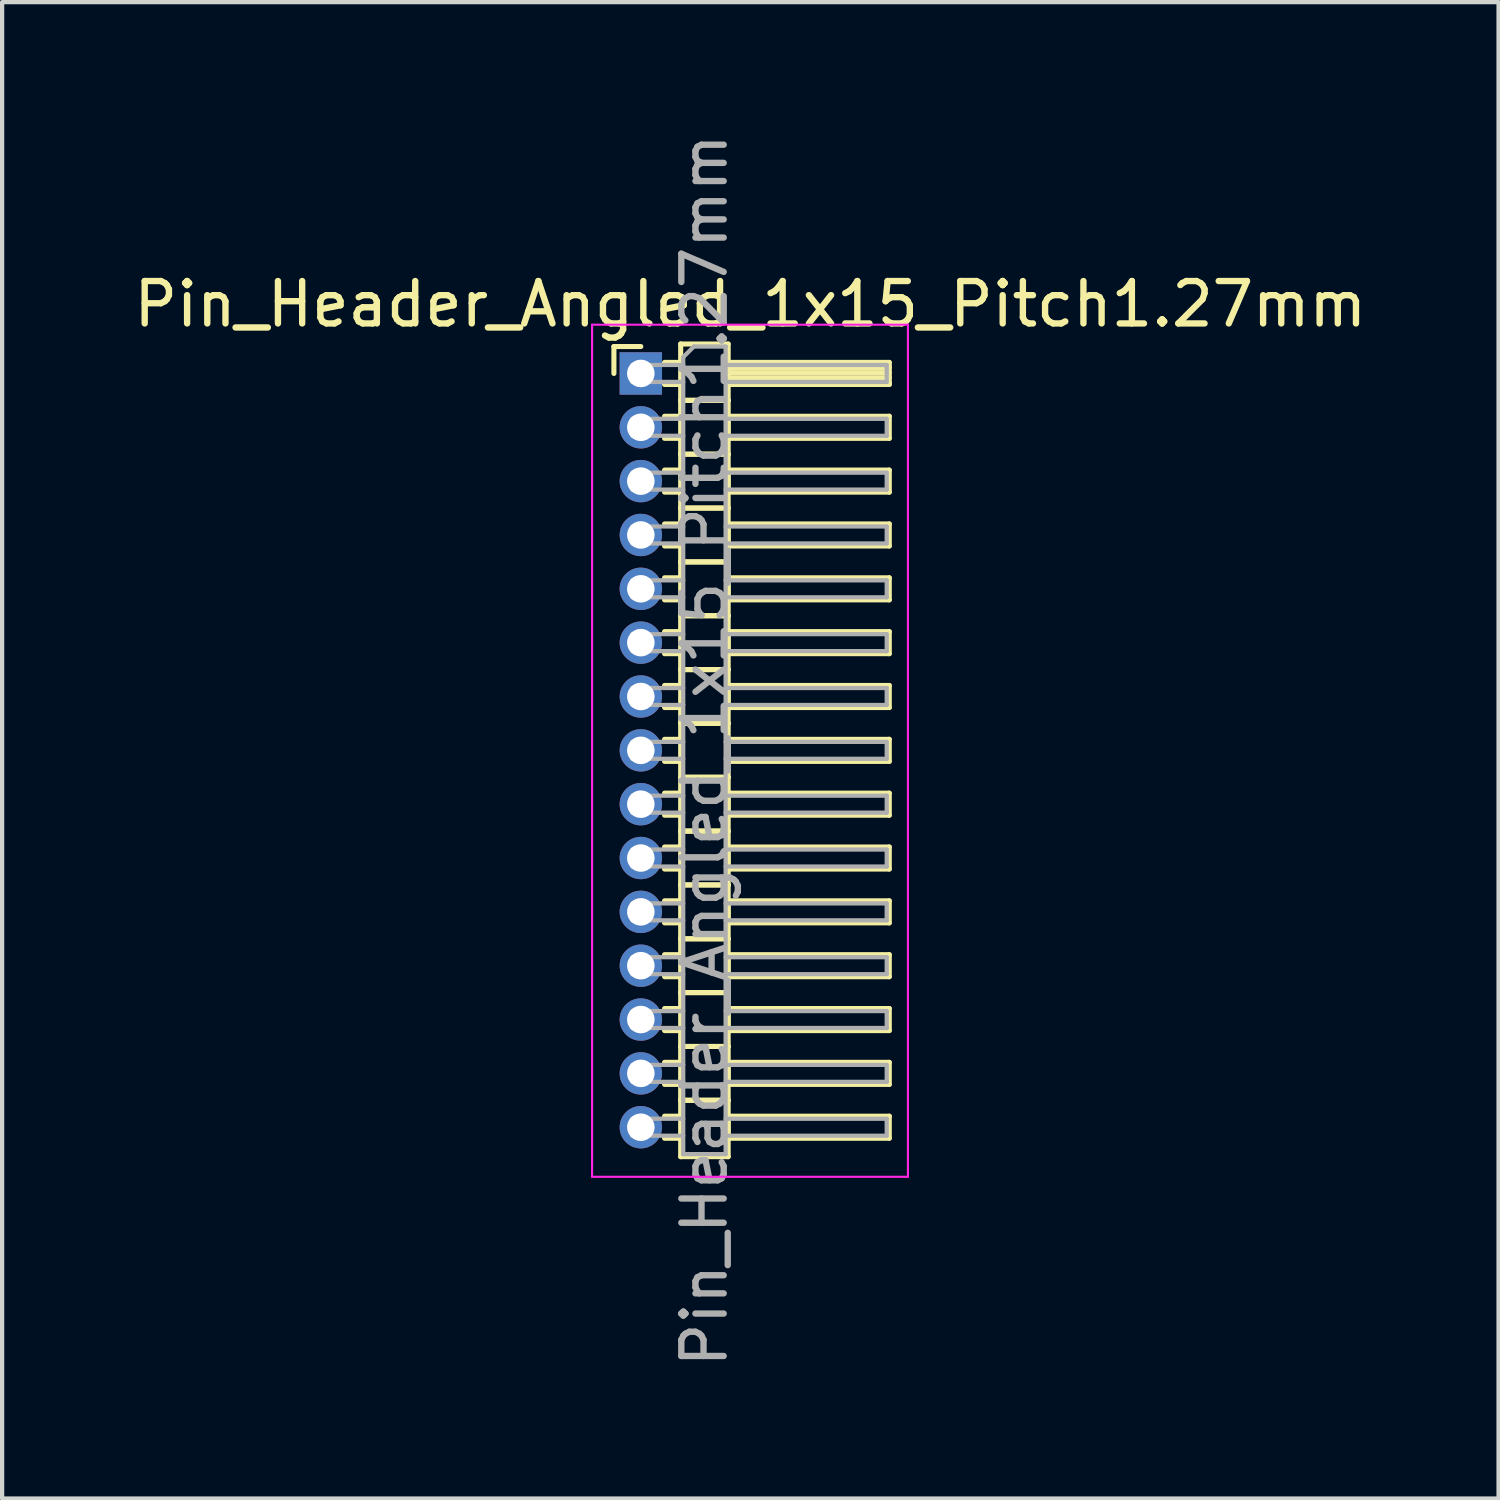
<source format=kicad_pcb>
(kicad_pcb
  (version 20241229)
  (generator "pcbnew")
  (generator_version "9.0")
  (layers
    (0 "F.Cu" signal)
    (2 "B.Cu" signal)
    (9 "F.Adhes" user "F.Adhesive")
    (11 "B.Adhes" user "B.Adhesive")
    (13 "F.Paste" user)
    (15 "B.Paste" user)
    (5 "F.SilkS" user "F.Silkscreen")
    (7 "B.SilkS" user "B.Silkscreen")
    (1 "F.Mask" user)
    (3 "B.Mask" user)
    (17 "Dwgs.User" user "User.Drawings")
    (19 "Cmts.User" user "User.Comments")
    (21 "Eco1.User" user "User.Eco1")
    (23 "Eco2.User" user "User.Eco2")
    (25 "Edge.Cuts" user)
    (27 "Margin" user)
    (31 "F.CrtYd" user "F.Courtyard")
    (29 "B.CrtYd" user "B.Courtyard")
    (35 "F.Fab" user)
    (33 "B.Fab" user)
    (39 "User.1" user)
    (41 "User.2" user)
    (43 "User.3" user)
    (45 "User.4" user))
  (footprint "Pin_Header_Angled_1x15_Pitch1.27mm"
    (layer "F.Cu")
    (at 12.066 5.759)
    (property "Reference" "Pin_Header_Angled_1x15_Pitch1.27mm" (at 2.583 -1.635 0) (layer "F.SilkS") (effects (font (size 1 1) (thickness 0.15))))
    (attr through_hole)
    (fp_line (start -0.635 -0.635) (end 0 -0.635) (stroke (width 0.12) (type solid)) (layer "F.SilkS"))
    (fp_line (start -0.635 0) (end -0.635 -0.635) (stroke (width 0.12) (type solid)) (layer "F.SilkS"))
    (fp_line (start 0.56 -0.26) (end 0.94 -0.26) (stroke (width 0.12) (type solid)) (layer "F.SilkS"))
    (fp_line (start 0.56 0.26) (end 0.94 0.26) (stroke (width 0.12) (type solid)) (layer "F.SilkS"))
    (fp_line (start 0.56 1.01) (end 0.94 1.01) (stroke (width 0.12) (type solid)) (layer "F.SilkS"))
    (fp_line (start 0.56 1.53) (end 0.94 1.53) (stroke (width 0.12) (type solid)) (layer "F.SilkS"))
    (fp_line (start 0.56 2.28) (end 0.94 2.28) (stroke (width 0.12) (type solid)) (layer "F.SilkS"))
    (fp_line (start 0.56 2.8) (end 0.94 2.8) (stroke (width 0.12) (type solid)) (layer "F.SilkS"))
    (fp_line (start 0.56 3.55) (end 0.94 3.55) (stroke (width 0.12) (type solid)) (layer "F.SilkS"))
    (fp_line (start 0.56 4.07) (end 0.94 4.07) (stroke (width 0.12) (type solid)) (layer "F.SilkS"))
    (fp_line (start 0.56 4.82) (end 0.94 4.82) (stroke (width 0.12) (type solid)) (layer "F.SilkS"))
    (fp_line (start 0.56 5.34) (end 0.94 5.34) (stroke (width 0.12) (type solid)) (layer "F.SilkS"))
    (fp_line (start 0.56 6.09) (end 0.94 6.09) (stroke (width 0.12) (type solid)) (layer "F.SilkS"))
    (fp_line (start 0.56 6.61) (end 0.94 6.61) (stroke (width 0.12) (type solid)) (layer "F.SilkS"))
    (fp_line (start 0.56 7.36) (end 0.94 7.36) (stroke (width 0.12) (type solid)) (layer "F.SilkS"))
    (fp_line (start 0.56 7.88) (end 0.94 7.88) (stroke (width 0.12) (type solid)) (layer "F.SilkS"))
    (fp_line (start 0.56 8.63) (end 0.94 8.63) (stroke (width 0.12) (type solid)) (layer "F.SilkS"))
    (fp_line (start 0.56 9.15) (end 0.94 9.15) (stroke (width 0.12) (type solid)) (layer "F.SilkS"))
    (fp_line (start 0.56 9.9) (end 0.94 9.9) (stroke (width 0.12) (type solid)) (layer "F.SilkS"))
    (fp_line (start 0.56 10.42) (end 0.94 10.42) (stroke (width 0.12) (type solid)) (layer "F.SilkS"))
    (fp_line (start 0.56 11.17) (end 0.94 11.17) (stroke (width 0.12) (type solid)) (layer "F.SilkS"))
    (fp_line (start 0.56 11.69) (end 0.94 11.69) (stroke (width 0.12) (type solid)) (layer "F.SilkS"))
    (fp_line (start 0.56 12.44) (end 0.94 12.44) (stroke (width 0.12) (type solid)) (layer "F.SilkS"))
    (fp_line (start 0.56 12.96) (end 0.94 12.96) (stroke (width 0.12) (type solid)) (layer "F.SilkS"))
    (fp_line (start 0.56 13.71) (end 0.94 13.71) (stroke (width 0.12) (type solid)) (layer "F.SilkS"))
    (fp_line (start 0.56 14.23) (end 0.94 14.23) (stroke (width 0.12) (type solid)) (layer "F.SilkS"))
    (fp_line (start 0.56 14.98) (end 0.94 14.98) (stroke (width 0.12) (type solid)) (layer "F.SilkS"))
    (fp_line (start 0.56 15.5) (end 0.94 15.5) (stroke (width 0.12) (type solid)) (layer "F.SilkS"))
    (fp_line (start 0.56 16.25) (end 0.94 16.25) (stroke (width 0.12) (type solid)) (layer "F.SilkS"))
    (fp_line (start 0.56 16.77) (end 0.94 16.77) (stroke (width 0.12) (type solid)) (layer "F.SilkS"))
    (fp_line (start 0.56 17.52) (end 0.94 17.52) (stroke (width 0.12) (type solid)) (layer "F.SilkS"))
    (fp_line (start 0.56 18.04) (end 0.94 18.04) (stroke (width 0.12) (type solid)) (layer "F.SilkS"))
    (fp_line (start 0.94 -0.695) (end 0.94 0.635) (stroke (width 0.12) (type solid)) (layer "F.SilkS"))
    (fp_line (start 0.94 0.635) (end 0.94 1.905) (stroke (width 0.12) (type solid)) (layer "F.SilkS"))
    (fp_line (start 0.94 0.635) (end 2.06 0.635) (stroke (width 0.12) (type solid)) (layer "F.SilkS"))
    (fp_line (start 0.94 1.905) (end 0.94 3.175) (stroke (width 0.12) (type solid)) (layer "F.SilkS"))
    (fp_line (start 0.94 1.905) (end 2.06 1.905) (stroke (width 0.12) (type solid)) (layer "F.SilkS"))
    (fp_line (start 0.94 3.175) (end 0.94 4.445) (stroke (width 0.12) (type solid)) (layer "F.SilkS"))
    (fp_line (start 0.94 3.175) (end 2.06 3.175) (stroke (width 0.12) (type solid)) (layer "F.SilkS"))
    (fp_line (start 0.94 4.445) (end 0.94 5.715) (stroke (width 0.12) (type solid)) (layer "F.SilkS"))
    (fp_line (start 0.94 4.445) (end 2.06 4.445) (stroke (width 0.12) (type solid)) (layer "F.SilkS"))
    (fp_line (start 0.94 5.715) (end 0.94 6.985) (stroke (width 0.12) (type solid)) (layer "F.SilkS"))
    (fp_line (start 0.94 5.715) (end 2.06 5.715) (stroke (width 0.12) (type solid)) (layer "F.SilkS"))
    (fp_line (start 0.94 6.985) (end 0.94 8.255) (stroke (width 0.12) (type solid)) (layer "F.SilkS"))
    (fp_line (start 0.94 6.985) (end 2.06 6.985) (stroke (width 0.12) (type solid)) (layer "F.SilkS"))
    (fp_line (start 0.94 8.255) (end 0.94 9.525) (stroke (width 0.12) (type solid)) (layer "F.SilkS"))
    (fp_line (start 0.94 8.255) (end 2.06 8.255) (stroke (width 0.12) (type solid)) (layer "F.SilkS"))
    (fp_line (start 0.94 9.525) (end 0.94 10.795) (stroke (width 0.12) (type solid)) (layer "F.SilkS"))
    (fp_line (start 0.94 9.525) (end 2.06 9.525) (stroke (width 0.12) (type solid)) (layer "F.SilkS"))
    (fp_line (start 0.94 10.795) (end 0.94 12.065) (stroke (width 0.12) (type solid)) (layer "F.SilkS"))
    (fp_line (start 0.94 10.795) (end 2.06 10.795) (stroke (width 0.12) (type solid)) (layer "F.SilkS"))
    (fp_line (start 0.94 12.065) (end 0.94 13.335) (stroke (width 0.12) (type solid)) (layer "F.SilkS"))
    (fp_line (start 0.94 12.065) (end 2.06 12.065) (stroke (width 0.12) (type solid)) (layer "F.SilkS"))
    (fp_line (start 0.94 13.335) (end 0.94 14.605) (stroke (width 0.12) (type solid)) (layer "F.SilkS"))
    (fp_line (start 0.94 13.335) (end 2.06 13.335) (stroke (width 0.12) (type solid)) (layer "F.SilkS"))
    (fp_line (start 0.94 14.605) (end 0.94 15.875) (stroke (width 0.12) (type solid)) (layer "F.SilkS"))
    (fp_line (start 0.94 14.605) (end 2.06 14.605) (stroke (width 0.12) (type solid)) (layer "F.SilkS"))
    (fp_line (start 0.94 15.875) (end 0.94 17.145) (stroke (width 0.12) (type solid)) (layer "F.SilkS"))
    (fp_line (start 0.94 15.875) (end 2.06 15.875) (stroke (width 0.12) (type solid)) (layer "F.SilkS"))
    (fp_line (start 0.94 17.145) (end 0.94 18.475) (stroke (width 0.12) (type solid)) (layer "F.SilkS"))
    (fp_line (start 0.94 17.145) (end 2.06 17.145) (stroke (width 0.12) (type solid)) (layer "F.SilkS"))
    (fp_line (start 0.94 18.475) (end 2.06 18.475) (stroke (width 0.12) (type solid)) (layer "F.SilkS"))
    (fp_line (start 2.06 -0.695) (end 0.94 -0.695) (stroke (width 0.12) (type solid)) (layer "F.SilkS"))
    (fp_line (start 2.06 -0.26) (end 2.06 0.26) (stroke (width 0.12) (type solid)) (layer "F.SilkS"))
    (fp_line (start 2.06 -0.14) (end 5.86 -0.14) (stroke (width 0.12) (type solid)) (layer "F.SilkS"))
    (fp_line (start 2.06 -0.02) (end 5.86 -0.02) (stroke (width 0.12) (type solid)) (layer "F.SilkS"))
    (fp_line (start 2.06 0.1) (end 5.86 0.1) (stroke (width 0.12) (type solid)) (layer "F.SilkS"))
    (fp_line (start 2.06 0.22) (end 5.86 0.22) (stroke (width 0.12) (type solid)) (layer "F.SilkS"))
    (fp_line (start 2.06 0.26) (end 5.86 0.26) (stroke (width 0.12) (type solid)) (layer "F.SilkS"))
    (fp_line (start 2.06 0.635) (end 0.94 0.635) (stroke (width 0.12) (type solid)) (layer "F.SilkS"))
    (fp_line (start 2.06 0.635) (end 2.06 -0.695) (stroke (width 0.12) (type solid)) (layer "F.SilkS"))
    (fp_line (start 2.06 1.01) (end 2.06 1.53) (stroke (width 0.12) (type solid)) (layer "F.SilkS"))
    (fp_line (start 2.06 1.53) (end 5.86 1.53) (stroke (width 0.12) (type solid)) (layer "F.SilkS"))
    (fp_line (start 2.06 1.905) (end 0.94 1.905) (stroke (width 0.12) (type solid)) (layer "F.SilkS"))
    (fp_line (start 2.06 1.905) (end 2.06 0.635) (stroke (width 0.12) (type solid)) (layer "F.SilkS"))
    (fp_line (start 2.06 2.28) (end 2.06 2.8) (stroke (width 0.12) (type solid)) (layer "F.SilkS"))
    (fp_line (start 2.06 2.8) (end 5.86 2.8) (stroke (width 0.12) (type solid)) (layer "F.SilkS"))
    (fp_line (start 2.06 3.175) (end 0.94 3.175) (stroke (width 0.12) (type solid)) (layer "F.SilkS"))
    (fp_line (start 2.06 3.175) (end 2.06 1.905) (stroke (width 0.12) (type solid)) (layer "F.SilkS"))
    (fp_line (start 2.06 3.55) (end 2.06 4.07) (stroke (width 0.12) (type solid)) (layer "F.SilkS"))
    (fp_line (start 2.06 4.07) (end 5.86 4.07) (stroke (width 0.12) (type solid)) (layer "F.SilkS"))
    (fp_line (start 2.06 4.445) (end 0.94 4.445) (stroke (width 0.12) (type solid)) (layer "F.SilkS"))
    (fp_line (start 2.06 4.445) (end 2.06 3.175) (stroke (width 0.12) (type solid)) (layer "F.SilkS"))
    (fp_line (start 2.06 4.82) (end 2.06 5.34) (stroke (width 0.12) (type solid)) (layer "F.SilkS"))
    (fp_line (start 2.06 5.34) (end 5.86 5.34) (stroke (width 0.12) (type solid)) (layer "F.SilkS"))
    (fp_line (start 2.06 5.715) (end 0.94 5.715) (stroke (width 0.12) (type solid)) (layer "F.SilkS"))
    (fp_line (start 2.06 5.715) (end 2.06 4.445) (stroke (width 0.12) (type solid)) (layer "F.SilkS"))
    (fp_line (start 2.06 6.09) (end 2.06 6.61) (stroke (width 0.12) (type solid)) (layer "F.SilkS"))
    (fp_line (start 2.06 6.61) (end 5.86 6.61) (stroke (width 0.12) (type solid)) (layer "F.SilkS"))
    (fp_line (start 2.06 6.985) (end 0.94 6.985) (stroke (width 0.12) (type solid)) (layer "F.SilkS"))
    (fp_line (start 2.06 6.985) (end 2.06 5.715) (stroke (width 0.12) (type solid)) (layer "F.SilkS"))
    (fp_line (start 2.06 7.36) (end 2.06 7.88) (stroke (width 0.12) (type solid)) (layer "F.SilkS"))
    (fp_line (start 2.06 7.88) (end 5.86 7.88) (stroke (width 0.12) (type solid)) (layer "F.SilkS"))
    (fp_line (start 2.06 8.255) (end 0.94 8.255) (stroke (width 0.12) (type solid)) (layer "F.SilkS"))
    (fp_line (start 2.06 8.255) (end 2.06 6.985) (stroke (width 0.12) (type solid)) (layer "F.SilkS"))
    (fp_line (start 2.06 8.63) (end 2.06 9.15) (stroke (width 0.12) (type solid)) (layer "F.SilkS"))
    (fp_line (start 2.06 9.15) (end 5.86 9.15) (stroke (width 0.12) (type solid)) (layer "F.SilkS"))
    (fp_line (start 2.06 9.525) (end 0.94 9.525) (stroke (width 0.12) (type solid)) (layer "F.SilkS"))
    (fp_line (start 2.06 9.525) (end 2.06 8.255) (stroke (width 0.12) (type solid)) (layer "F.SilkS"))
    (fp_line (start 2.06 9.9) (end 2.06 10.42) (stroke (width 0.12) (type solid)) (layer "F.SilkS"))
    (fp_line (start 2.06 10.42) (end 5.86 10.42) (stroke (width 0.12) (type solid)) (layer "F.SilkS"))
    (fp_line (start 2.06 10.795) (end 0.94 10.795) (stroke (width 0.12) (type solid)) (layer "F.SilkS"))
    (fp_line (start 2.06 10.795) (end 2.06 9.525) (stroke (width 0.12) (type solid)) (layer "F.SilkS"))
    (fp_line (start 2.06 11.17) (end 2.06 11.69) (stroke (width 0.12) (type solid)) (layer "F.SilkS"))
    (fp_line (start 2.06 11.69) (end 5.86 11.69) (stroke (width 0.12) (type solid)) (layer "F.SilkS"))
    (fp_line (start 2.06 12.065) (end 0.94 12.065) (stroke (width 0.12) (type solid)) (layer "F.SilkS"))
    (fp_line (start 2.06 12.065) (end 2.06 10.795) (stroke (width 0.12) (type solid)) (layer "F.SilkS"))
    (fp_line (start 2.06 12.44) (end 2.06 12.96) (stroke (width 0.12) (type solid)) (layer "F.SilkS"))
    (fp_line (start 2.06 12.96) (end 5.86 12.96) (stroke (width 0.12) (type solid)) (layer "F.SilkS"))
    (fp_line (start 2.06 13.335) (end 0.94 13.335) (stroke (width 0.12) (type solid)) (layer "F.SilkS"))
    (fp_line (start 2.06 13.335) (end 2.06 12.065) (stroke (width 0.12) (type solid)) (layer "F.SilkS"))
    (fp_line (start 2.06 13.71) (end 2.06 14.23) (stroke (width 0.12) (type solid)) (layer "F.SilkS"))
    (fp_line (start 2.06 14.23) (end 5.86 14.23) (stroke (width 0.12) (type solid)) (layer "F.SilkS"))
    (fp_line (start 2.06 14.605) (end 0.94 14.605) (stroke (width 0.12) (type solid)) (layer "F.SilkS"))
    (fp_line (start 2.06 14.605) (end 2.06 13.335) (stroke (width 0.12) (type solid)) (layer "F.SilkS"))
    (fp_line (start 2.06 14.98) (end 2.06 15.5) (stroke (width 0.12) (type solid)) (layer "F.SilkS"))
    (fp_line (start 2.06 15.5) (end 5.86 15.5) (stroke (width 0.12) (type solid)) (layer "F.SilkS"))
    (fp_line (start 2.06 15.875) (end 0.94 15.875) (stroke (width 0.12) (type solid)) (layer "F.SilkS"))
    (fp_line (start 2.06 15.875) (end 2.06 14.605) (stroke (width 0.12) (type solid)) (layer "F.SilkS"))
    (fp_line (start 2.06 16.25) (end 2.06 16.77) (stroke (width 0.12) (type solid)) (layer "F.SilkS"))
    (fp_line (start 2.06 16.77) (end 5.86 16.77) (stroke (width 0.12) (type solid)) (layer "F.SilkS"))
    (fp_line (start 2.06 17.145) (end 0.94 17.145) (stroke (width 0.12) (type solid)) (layer "F.SilkS"))
    (fp_line (start 2.06 17.145) (end 2.06 15.875) (stroke (width 0.12) (type solid)) (layer "F.SilkS"))
    (fp_line (start 2.06 17.52) (end 2.06 18.04) (stroke (width 0.12) (type solid)) (layer "F.SilkS"))
    (fp_line (start 2.06 18.04) (end 5.86 18.04) (stroke (width 0.12) (type solid)) (layer "F.SilkS"))
    (fp_line (start 2.06 18.475) (end 2.06 17.145) (stroke (width 0.12) (type solid)) (layer "F.SilkS"))
    (fp_line (start 5.86 -0.26) (end 2.06 -0.26) (stroke (width 0.12) (type solid)) (layer "F.SilkS"))
    (fp_line (start 5.86 0.26) (end 5.86 -0.26) (stroke (width 0.12) (type solid)) (layer "F.SilkS"))
    (fp_line (start 5.86 1.01) (end 2.06 1.01) (stroke (width 0.12) (type solid)) (layer "F.SilkS"))
    (fp_line (start 5.86 1.53) (end 5.86 1.01) (stroke (width 0.12) (type solid)) (layer "F.SilkS"))
    (fp_line (start 5.86 2.28) (end 2.06 2.28) (stroke (width 0.12) (type solid)) (layer "F.SilkS"))
    (fp_line (start 5.86 2.8) (end 5.86 2.28) (stroke (width 0.12) (type solid)) (layer "F.SilkS"))
    (fp_line (start 5.86 3.55) (end 2.06 3.55) (stroke (width 0.12) (type solid)) (layer "F.SilkS"))
    (fp_line (start 5.86 4.07) (end 5.86 3.55) (stroke (width 0.12) (type solid)) (layer "F.SilkS"))
    (fp_line (start 5.86 4.82) (end 2.06 4.82) (stroke (width 0.12) (type solid)) (layer "F.SilkS"))
    (fp_line (start 5.86 5.34) (end 5.86 4.82) (stroke (width 0.12) (type solid)) (layer "F.SilkS"))
    (fp_line (start 5.86 6.09) (end 2.06 6.09) (stroke (width 0.12) (type solid)) (layer "F.SilkS"))
    (fp_line (start 5.86 6.61) (end 5.86 6.09) (stroke (width 0.12) (type solid)) (layer "F.SilkS"))
    (fp_line (start 5.86 7.36) (end 2.06 7.36) (stroke (width 0.12) (type solid)) (layer "F.SilkS"))
    (fp_line (start 5.86 7.88) (end 5.86 7.36) (stroke (width 0.12) (type solid)) (layer "F.SilkS"))
    (fp_line (start 5.86 8.63) (end 2.06 8.63) (stroke (width 0.12) (type solid)) (layer "F.SilkS"))
    (fp_line (start 5.86 9.15) (end 5.86 8.63) (stroke (width 0.12) (type solid)) (layer "F.SilkS"))
    (fp_line (start 5.86 9.9) (end 2.06 9.9) (stroke (width 0.12) (type solid)) (layer "F.SilkS"))
    (fp_line (start 5.86 10.42) (end 5.86 9.9) (stroke (width 0.12) (type solid)) (layer "F.SilkS"))
    (fp_line (start 5.86 11.17) (end 2.06 11.17) (stroke (width 0.12) (type solid)) (layer "F.SilkS"))
    (fp_line (start 5.86 11.69) (end 5.86 11.17) (stroke (width 0.12) (type solid)) (layer "F.SilkS"))
    (fp_line (start 5.86 12.44) (end 2.06 12.44) (stroke (width 0.12) (type solid)) (layer "F.SilkS"))
    (fp_line (start 5.86 12.96) (end 5.86 12.44) (stroke (width 0.12) (type solid)) (layer "F.SilkS"))
    (fp_line (start 5.86 13.71) (end 2.06 13.71) (stroke (width 0.12) (type solid)) (layer "F.SilkS"))
    (fp_line (start 5.86 14.23) (end 5.86 13.71) (stroke (width 0.12) (type solid)) (layer "F.SilkS"))
    (fp_line (start 5.86 14.98) (end 2.06 14.98) (stroke (width 0.12) (type solid)) (layer "F.SilkS"))
    (fp_line (start 5.86 15.5) (end 5.86 14.98) (stroke (width 0.12) (type solid)) (layer "F.SilkS"))
    (fp_line (start 5.86 16.25) (end 2.06 16.25) (stroke (width 0.12) (type solid)) (layer "F.SilkS"))
    (fp_line (start 5.86 16.77) (end 5.86 16.25) (stroke (width 0.12) (type solid)) (layer "F.SilkS"))
    (fp_line (start 5.86 17.52) (end 2.06 17.52) (stroke (width 0.12) (type solid)) (layer "F.SilkS"))
    (fp_line (start 5.86 18.04) (end 5.86 17.52) (stroke (width 0.12) (type solid)) (layer "F.SilkS"))
    (fp_line (start -1.15 -1.15) (end -1.15 18.95) (stroke (width 0.05) (type solid)) (layer "F.CrtYd"))
    (fp_line (start -1.15 18.95) (end 6.3 18.95) (stroke (width 0.05) (type solid)) (layer "F.CrtYd"))
    (fp_line (start 6.3 -1.15) (end -1.15 -1.15) (stroke (width 0.05) (type solid)) (layer "F.CrtYd"))
    (fp_line (start 6.3 18.95) (end 6.3 -1.15) (stroke (width 0.05) (type solid)) (layer "F.CrtYd"))
    (fp_line (start -0.2 -0.2) (end -0.2 0.2) (stroke (width 0.1) (type solid)) (layer "F.Fab"))
    (fp_line (start -0.2 -0.2) (end 1 -0.2) (stroke (width 0.1) (type solid)) (layer "F.Fab"))
    (fp_line (start -0.2 0.2) (end 1 0.2) (stroke (width 0.1) (type solid)) (layer "F.Fab"))
    (fp_line (start -0.2 1.07) (end -0.2 1.47) (stroke (width 0.1) (type solid)) (layer "F.Fab"))
    (fp_line (start -0.2 1.07) (end 1 1.07) (stroke (width 0.1) (type solid)) (layer "F.Fab"))
    (fp_line (start -0.2 1.47) (end 1 1.47) (stroke (width 0.1) (type solid)) (layer "F.Fab"))
    (fp_line (start -0.2 2.34) (end -0.2 2.74) (stroke (width 0.1) (type solid)) (layer "F.Fab"))
    (fp_line (start -0.2 2.34) (end 1 2.34) (stroke (width 0.1) (type solid)) (layer "F.Fab"))
    (fp_line (start -0.2 2.74) (end 1 2.74) (stroke (width 0.1) (type solid)) (layer "F.Fab"))
    (fp_line (start -0.2 3.61) (end -0.2 4.01) (stroke (width 0.1) (type solid)) (layer "F.Fab"))
    (fp_line (start -0.2 3.61) (end 1 3.61) (stroke (width 0.1) (type solid)) (layer "F.Fab"))
    (fp_line (start -0.2 4.01) (end 1 4.01) (stroke (width 0.1) (type solid)) (layer "F.Fab"))
    (fp_line (start -0.2 4.88) (end -0.2 5.28) (stroke (width 0.1) (type solid)) (layer "F.Fab"))
    (fp_line (start -0.2 4.88) (end 1 4.88) (stroke (width 0.1) (type solid)) (layer "F.Fab"))
    (fp_line (start -0.2 5.28) (end 1 5.28) (stroke (width 0.1) (type solid)) (layer "F.Fab"))
    (fp_line (start -0.2 6.15) (end -0.2 6.55) (stroke (width 0.1) (type solid)) (layer "F.Fab"))
    (fp_line (start -0.2 6.15) (end 1 6.15) (stroke (width 0.1) (type solid)) (layer "F.Fab"))
    (fp_line (start -0.2 6.55) (end 1 6.55) (stroke (width 0.1) (type solid)) (layer "F.Fab"))
    (fp_line (start -0.2 7.42) (end -0.2 7.82) (stroke (width 0.1) (type solid)) (layer "F.Fab"))
    (fp_line (start -0.2 7.42) (end 1 7.42) (stroke (width 0.1) (type solid)) (layer "F.Fab"))
    (fp_line (start -0.2 7.82) (end 1 7.82) (stroke (width 0.1) (type solid)) (layer "F.Fab"))
    (fp_line (start -0.2 8.69) (end -0.2 9.09) (stroke (width 0.1) (type solid)) (layer "F.Fab"))
    (fp_line (start -0.2 8.69) (end 1 8.69) (stroke (width 0.1) (type solid)) (layer "F.Fab"))
    (fp_line (start -0.2 9.09) (end 1 9.09) (stroke (width 0.1) (type solid)) (layer "F.Fab"))
    (fp_line (start -0.2 9.96) (end -0.2 10.36) (stroke (width 0.1) (type solid)) (layer "F.Fab"))
    (fp_line (start -0.2 9.96) (end 1 9.96) (stroke (width 0.1) (type solid)) (layer "F.Fab"))
    (fp_line (start -0.2 10.36) (end 1 10.36) (stroke (width 0.1) (type solid)) (layer "F.Fab"))
    (fp_line (start -0.2 11.23) (end -0.2 11.63) (stroke (width 0.1) (type solid)) (layer "F.Fab"))
    (fp_line (start -0.2 11.23) (end 1 11.23) (stroke (width 0.1) (type solid)) (layer "F.Fab"))
    (fp_line (start -0.2 11.63) (end 1 11.63) (stroke (width 0.1) (type solid)) (layer "F.Fab"))
    (fp_line (start -0.2 12.5) (end -0.2 12.9) (stroke (width 0.1) (type solid)) (layer "F.Fab"))
    (fp_line (start -0.2 12.5) (end 1 12.5) (stroke (width 0.1) (type solid)) (layer "F.Fab"))
    (fp_line (start -0.2 12.9) (end 1 12.9) (stroke (width 0.1) (type solid)) (layer "F.Fab"))
    (fp_line (start -0.2 13.77) (end -0.2 14.17) (stroke (width 0.1) (type solid)) (layer "F.Fab"))
    (fp_line (start -0.2 13.77) (end 1 13.77) (stroke (width 0.1) (type solid)) (layer "F.Fab"))
    (fp_line (start -0.2 14.17) (end 1 14.17) (stroke (width 0.1) (type solid)) (layer "F.Fab"))
    (fp_line (start -0.2 15.04) (end -0.2 15.44) (stroke (width 0.1) (type solid)) (layer "F.Fab"))
    (fp_line (start -0.2 15.04) (end 1 15.04) (stroke (width 0.1) (type solid)) (layer "F.Fab"))
    (fp_line (start -0.2 15.44) (end 1 15.44) (stroke (width 0.1) (type solid)) (layer "F.Fab"))
    (fp_line (start -0.2 16.31) (end -0.2 16.71) (stroke (width 0.1) (type solid)) (layer "F.Fab"))
    (fp_line (start -0.2 16.31) (end 1 16.31) (stroke (width 0.1) (type solid)) (layer "F.Fab"))
    (fp_line (start -0.2 16.71) (end 1 16.71) (stroke (width 0.1) (type solid)) (layer "F.Fab"))
    (fp_line (start -0.2 17.58) (end -0.2 17.98) (stroke (width 0.1) (type solid)) (layer "F.Fab"))
    (fp_line (start -0.2 17.58) (end 1 17.58) (stroke (width 0.1) (type solid)) (layer "F.Fab"))
    (fp_line (start -0.2 17.98) (end 1 17.98) (stroke (width 0.1) (type solid)) (layer "F.Fab"))
    (fp_line (start 1 -0.385) (end 1.25 -0.635) (stroke (width 0.1) (type solid)) (layer "F.Fab"))
    (fp_line (start 1 18.415) (end 1 -0.385) (stroke (width 0.1) (type solid)) (layer "F.Fab"))
    (fp_line (start 1.25 -0.635) (end 2 -0.635) (stroke (width 0.1) (type solid)) (layer "F.Fab"))
    (fp_line (start 2 -0.635) (end 2 18.415) (stroke (width 0.1) (type solid)) (layer "F.Fab"))
    (fp_line (start 2 -0.2) (end 5.8 -0.2) (stroke (width 0.1) (type solid)) (layer "F.Fab"))
    (fp_line (start 2 0.2) (end 5.8 0.2) (stroke (width 0.1) (type solid)) (layer "F.Fab"))
    (fp_line (start 2 1.07) (end 5.8 1.07) (stroke (width 0.1) (type solid)) (layer "F.Fab"))
    (fp_line (start 2 1.47) (end 5.8 1.47) (stroke (width 0.1) (type solid)) (layer "F.Fab"))
    (fp_line (start 2 2.34) (end 5.8 2.34) (stroke (width 0.1) (type solid)) (layer "F.Fab"))
    (fp_line (start 2 2.74) (end 5.8 2.74) (stroke (width 0.1) (type solid)) (layer "F.Fab"))
    (fp_line (start 2 3.61) (end 5.8 3.61) (stroke (width 0.1) (type solid)) (layer "F.Fab"))
    (fp_line (start 2 4.01) (end 5.8 4.01) (stroke (width 0.1) (type solid)) (layer "F.Fab"))
    (fp_line (start 2 4.88) (end 5.8 4.88) (stroke (width 0.1) (type solid)) (layer "F.Fab"))
    (fp_line (start 2 5.28) (end 5.8 5.28) (stroke (width 0.1) (type solid)) (layer "F.Fab"))
    (fp_line (start 2 6.15) (end 5.8 6.15) (stroke (width 0.1) (type solid)) (layer "F.Fab"))
    (fp_line (start 2 6.55) (end 5.8 6.55) (stroke (width 0.1) (type solid)) (layer "F.Fab"))
    (fp_line (start 2 7.42) (end 5.8 7.42) (stroke (width 0.1) (type solid)) (layer "F.Fab"))
    (fp_line (start 2 7.82) (end 5.8 7.82) (stroke (width 0.1) (type solid)) (layer "F.Fab"))
    (fp_line (start 2 8.69) (end 5.8 8.69) (stroke (width 0.1) (type solid)) (layer "F.Fab"))
    (fp_line (start 2 9.09) (end 5.8 9.09) (stroke (width 0.1) (type solid)) (layer "F.Fab"))
    (fp_line (start 2 9.96) (end 5.8 9.96) (stroke (width 0.1) (type solid)) (layer "F.Fab"))
    (fp_line (start 2 10.36) (end 5.8 10.36) (stroke (width 0.1) (type solid)) (layer "F.Fab"))
    (fp_line (start 2 11.23) (end 5.8 11.23) (stroke (width 0.1) (type solid)) (layer "F.Fab"))
    (fp_line (start 2 11.63) (end 5.8 11.63) (stroke (width 0.1) (type solid)) (layer "F.Fab"))
    (fp_line (start 2 12.5) (end 5.8 12.5) (stroke (width 0.1) (type solid)) (layer "F.Fab"))
    (fp_line (start 2 12.9) (end 5.8 12.9) (stroke (width 0.1) (type solid)) (layer "F.Fab"))
    (fp_line (start 2 13.77) (end 5.8 13.77) (stroke (width 0.1) (type solid)) (layer "F.Fab"))
    (fp_line (start 2 14.17) (end 5.8 14.17) (stroke (width 0.1) (type solid)) (layer "F.Fab"))
    (fp_line (start 2 15.04) (end 5.8 15.04) (stroke (width 0.1) (type solid)) (layer "F.Fab"))
    (fp_line (start 2 15.44) (end 5.8 15.44) (stroke (width 0.1) (type solid)) (layer "F.Fab"))
    (fp_line (start 2 16.31) (end 5.8 16.31) (stroke (width 0.1) (type solid)) (layer "F.Fab"))
    (fp_line (start 2 16.71) (end 5.8 16.71) (stroke (width 0.1) (type solid)) (layer "F.Fab"))
    (fp_line (start 2 17.58) (end 5.8 17.58) (stroke (width 0.1) (type solid)) (layer "F.Fab"))
    (fp_line (start 2 17.98) (end 5.8 17.98) (stroke (width 0.1) (type solid)) (layer "F.Fab"))
    (fp_line (start 2 18.415) (end 1 18.415) (stroke (width 0.1) (type solid)) (layer "F.Fab"))
    (fp_line (start 5.8 -0.2) (end 5.8 0.2) (stroke (width 0.1) (type solid)) (layer "F.Fab"))
    (fp_line (start 5.8 1.07) (end 5.8 1.47) (stroke (width 0.1) (type solid)) (layer "F.Fab"))
    (fp_line (start 5.8 2.34) (end 5.8 2.74) (stroke (width 0.1) (type solid)) (layer "F.Fab"))
    (fp_line (start 5.8 3.61) (end 5.8 4.01) (stroke (width 0.1) (type solid)) (layer "F.Fab"))
    (fp_line (start 5.8 4.88) (end 5.8 5.28) (stroke (width 0.1) (type solid)) (layer "F.Fab"))
    (fp_line (start 5.8 6.15) (end 5.8 6.55) (stroke (width 0.1) (type solid)) (layer "F.Fab"))
    (fp_line (start 5.8 7.42) (end 5.8 7.82) (stroke (width 0.1) (type solid)) (layer "F.Fab"))
    (fp_line (start 5.8 8.69) (end 5.8 9.09) (stroke (width 0.1) (type solid)) (layer "F.Fab"))
    (fp_line (start 5.8 9.96) (end 5.8 10.36) (stroke (width 0.1) (type solid)) (layer "F.Fab"))
    (fp_line (start 5.8 11.23) (end 5.8 11.63) (stroke (width 0.1) (type solid)) (layer "F.Fab"))
    (fp_line (start 5.8 12.5) (end 5.8 12.9) (stroke (width 0.1) (type solid)) (layer "F.Fab"))
    (fp_line (start 5.8 13.77) (end 5.8 14.17) (stroke (width 0.1) (type solid)) (layer "F.Fab"))
    (fp_line (start 5.8 15.04) (end 5.8 15.44) (stroke (width 0.1) (type solid)) (layer "F.Fab"))
    (fp_line (start 5.8 16.31) (end 5.8 16.71) (stroke (width 0.1) (type solid)) (layer "F.Fab"))
    (fp_line (start 5.8 17.58) (end 5.8 17.98) (stroke (width 0.1) (type solid)) (layer "F.Fab"))
    (fp_text user "${REFERENCE}" (at 1.5 8.89 90) (layer "F.Fab") (effects (font (size 1 1) (thickness 0.15))))
    (pad "1" thru_hole rect (at 0 0) (size 1 1) (drill 0.65) (layers "*.Cu" "*.Mask"))
    (pad "2" thru_hole oval (at 0 1.27) (size 1 1) (drill 0.65) (layers "*.Cu" "*.Mask"))
    (pad "3" thru_hole oval (at 0 2.54) (size 1 1) (drill 0.65) (layers "*.Cu" "*.Mask"))
    (pad "4" thru_hole oval (at 0 3.81) (size 1 1) (drill 0.65) (layers "*.Cu" "*.Mask"))
    (pad "5" thru_hole oval (at 0 5.08) (size 1 1) (drill 0.65) (layers "*.Cu" "*.Mask"))
    (pad "6" thru_hole oval (at 0 6.35) (size 1 1) (drill 0.65) (layers "*.Cu" "*.Mask"))
    (pad "7" thru_hole oval (at 0 7.62) (size 1 1) (drill 0.65) (layers "*.Cu" "*.Mask"))
    (pad "8" thru_hole oval (at 0 8.89) (size 1 1) (drill 0.65) (layers "*.Cu" "*.Mask"))
    (pad "9" thru_hole oval (at 0 10.16) (size 1 1) (drill 0.65) (layers "*.Cu" "*.Mask"))
    (pad "10" thru_hole oval (at 0 11.43) (size 1 1) (drill 0.65) (layers "*.Cu" "*.Mask"))
    (pad "11" thru_hole oval (at 0 12.7) (size 1 1) (drill 0.65) (layers "*.Cu" "*.Mask"))
    (pad "12" thru_hole oval (at 0 13.97) (size 1 1) (drill 0.65) (layers "*.Cu" "*.Mask"))
    (pad "13" thru_hole oval (at 0 15.24) (size 1 1) (drill 0.65) (layers "*.Cu" "*.Mask"))
    (pad "14" thru_hole oval (at 0 16.51) (size 1 1) (drill 0.65) (layers "*.Cu" "*.Mask"))
    (pad "15" thru_hole oval (at 0 17.78) (size 1 1) (drill 0.65) (layers "*.Cu" "*.Mask")))
  (gr_rect
    (start -3 -3)
    (end 32.298 32.298)
    (stroke (width 0.1) (type default))
    (fill no)
    (layer "Edge.Cuts")))
</source>
